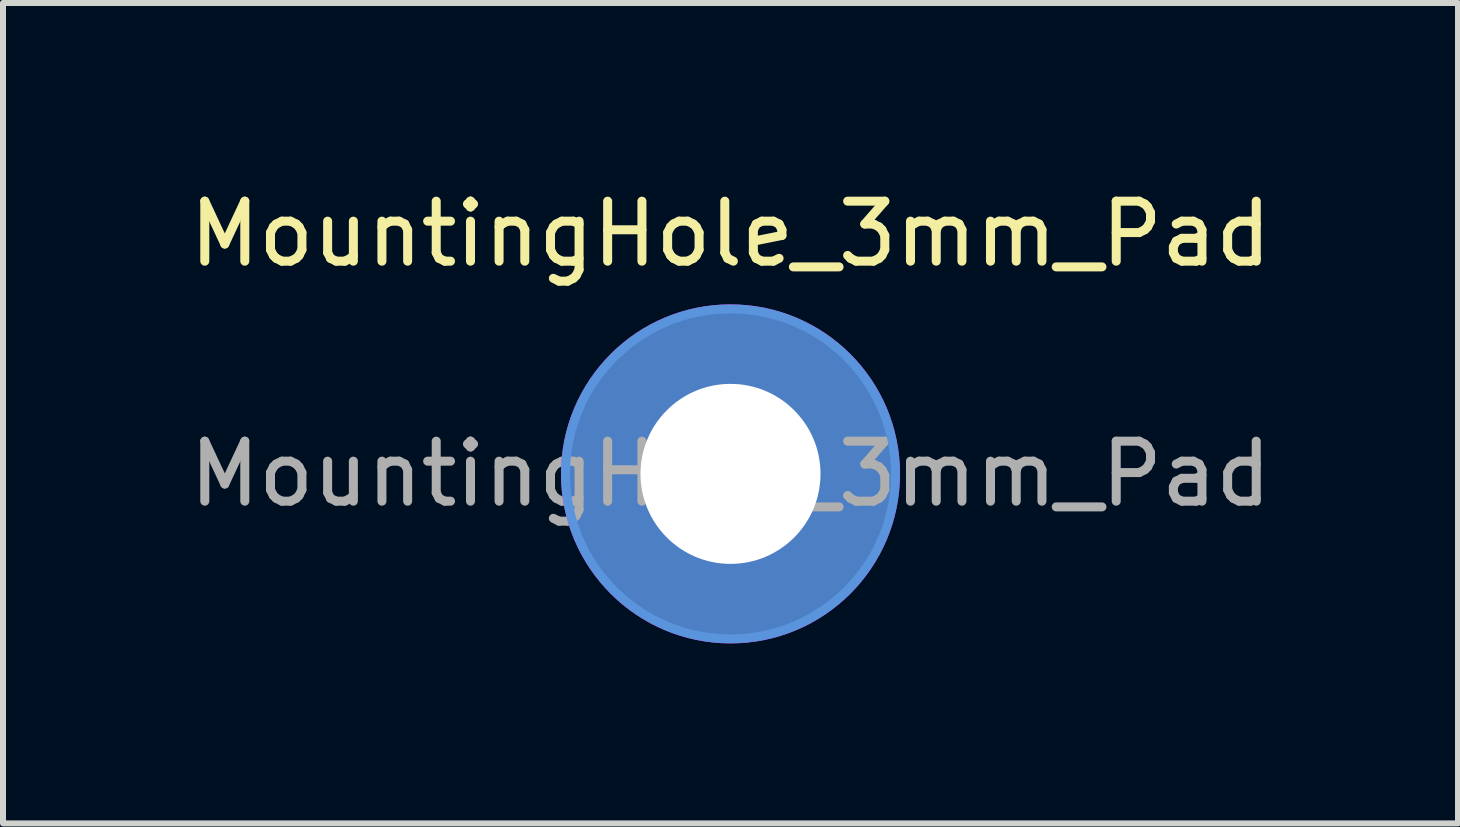
<source format=kicad_pcb>
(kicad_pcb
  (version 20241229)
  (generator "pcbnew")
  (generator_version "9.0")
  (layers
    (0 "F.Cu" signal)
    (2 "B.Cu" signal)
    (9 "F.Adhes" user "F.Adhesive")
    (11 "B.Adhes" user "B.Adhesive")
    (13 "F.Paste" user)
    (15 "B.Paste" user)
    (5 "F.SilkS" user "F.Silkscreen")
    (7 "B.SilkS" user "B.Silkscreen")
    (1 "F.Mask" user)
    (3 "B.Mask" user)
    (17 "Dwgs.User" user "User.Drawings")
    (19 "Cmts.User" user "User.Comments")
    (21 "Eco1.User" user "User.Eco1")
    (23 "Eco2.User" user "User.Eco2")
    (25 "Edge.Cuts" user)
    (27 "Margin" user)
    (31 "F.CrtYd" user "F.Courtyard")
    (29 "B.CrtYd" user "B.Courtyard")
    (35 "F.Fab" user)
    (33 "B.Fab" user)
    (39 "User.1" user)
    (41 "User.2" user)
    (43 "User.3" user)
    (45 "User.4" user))
  (footprint "MountingHole_3mm_Pad"
    (layer "F.Cu")
    (at 9.125 4.848)
    (property "Reference" "MountingHole_3mm_Pad" (at 0 -4 0) (layer "F.SilkS") (effects (font (size 1 1) (thickness 0.15))))
    (attr exclude_from_pos_files exclude_from_bom)
    (fp_circle (center 0 0) (end 2.75 0) (stroke (width 0.15) (type solid)) (fill no) (layer "Cmts.User"))
    (fp_circle (center 0 0) (end 2.8 0) (stroke (width 0.05) (type solid)) (fill no) (layer "F.CrtYd"))
    (fp_text user "${REFERENCE}" (at 0 0 0) (layer "F.Fab") (effects (font (size 1 1) (thickness 0.15))))
    (pad "1" thru_hole circle (at 0 0) (size 5.5 5.5) (drill 3) (layers "*.Cu" "*.Mask")))
  (gr_rect
    (start -3 -3)
    (end 21.25 10.673)
    (stroke (width 0.1) (type default))
    (fill no)
    (layer "Edge.Cuts")))
</source>
